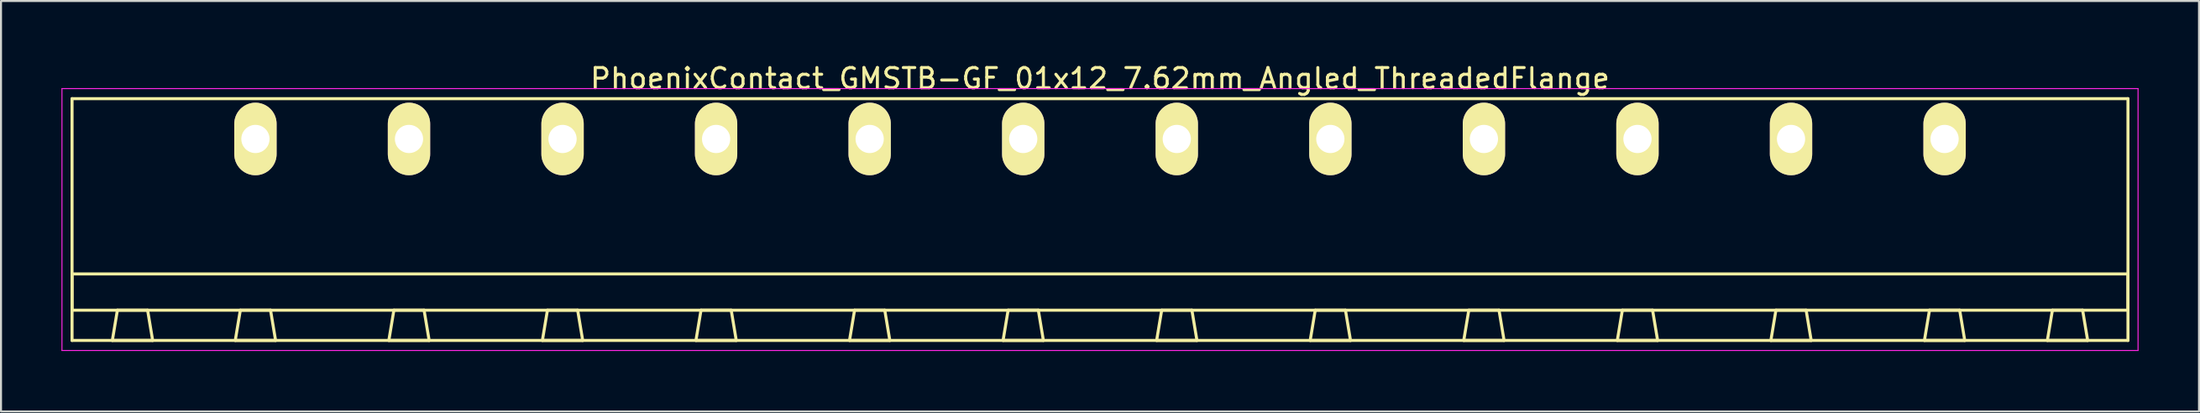
<source format=kicad_pcb>
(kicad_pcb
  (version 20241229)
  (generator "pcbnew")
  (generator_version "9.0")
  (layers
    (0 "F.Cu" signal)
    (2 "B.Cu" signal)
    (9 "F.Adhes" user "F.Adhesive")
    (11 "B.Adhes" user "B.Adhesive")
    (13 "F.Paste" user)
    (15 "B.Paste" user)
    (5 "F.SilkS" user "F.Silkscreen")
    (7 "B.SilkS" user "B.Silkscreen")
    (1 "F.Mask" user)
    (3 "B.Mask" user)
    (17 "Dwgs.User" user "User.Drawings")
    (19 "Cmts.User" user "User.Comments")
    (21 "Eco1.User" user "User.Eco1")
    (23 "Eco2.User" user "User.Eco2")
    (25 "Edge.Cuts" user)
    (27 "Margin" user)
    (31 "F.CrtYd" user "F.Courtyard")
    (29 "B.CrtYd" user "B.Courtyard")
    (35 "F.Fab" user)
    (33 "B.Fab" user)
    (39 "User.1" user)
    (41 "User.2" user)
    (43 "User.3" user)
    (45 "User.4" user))
  (footprint "PhoenixContact_GMSTB-GF_01x12_7.62mm_Angled_ThreadedFlange"
    (layer "F.Cu")
    (at 9.625 3.848)
    (property "Reference" "PhoenixContact_GMSTB-GF_01x12_7.62mm_Angled_ThreadedFlange" (at 41.91 -3 0) (layer "F.SilkS") (effects (font (size 1 1) (thickness 0.15))))
    (attr through_hole)
    (fp_line (start -9.1 -2) (end -9.1 10) (stroke (width 0.15) (type solid)) (layer "F.SilkS"))
    (fp_line (start -9.1 6.7) (end 92.92 6.7) (stroke (width 0.15) (type solid)) (layer "F.SilkS"))
    (fp_line (start -9.1 8.5) (end -9.1 6.7) (stroke (width 0.15) (type solid)) (layer "F.SilkS"))
    (fp_line (start -9.1 10) (end 92.92 10) (stroke (width 0.15) (type solid)) (layer "F.SilkS"))
    (fp_line (start -7.1 10) (end -5.1 10) (stroke (width 0.15) (type solid)) (layer "F.SilkS"))
    (fp_line (start -6.85 8.5) (end -7.1 10) (stroke (width 0.15) (type solid)) (layer "F.SilkS"))
    (fp_line (start -5.35 8.5) (end -6.85 8.5) (stroke (width 0.15) (type solid)) (layer "F.SilkS"))
    (fp_line (start -5.1 10) (end -5.35 8.5) (stroke (width 0.15) (type solid)) (layer "F.SilkS"))
    (fp_line (start -1 10) (end 1 10) (stroke (width 0.15) (type solid)) (layer "F.SilkS"))
    (fp_line (start -0.75 8.5) (end -1 10) (stroke (width 0.15) (type solid)) (layer "F.SilkS"))
    (fp_line (start 0.75 8.5) (end -0.75 8.5) (stroke (width 0.15) (type solid)) (layer "F.SilkS"))
    (fp_line (start 1 10) (end 0.75 8.5) (stroke (width 0.15) (type solid)) (layer "F.SilkS"))
    (fp_line (start 6.62 10) (end 8.62 10) (stroke (width 0.15) (type solid)) (layer "F.SilkS"))
    (fp_line (start 6.87 8.5) (end 6.62 10) (stroke (width 0.15) (type solid)) (layer "F.SilkS"))
    (fp_line (start 8.37 8.5) (end 6.87 8.5) (stroke (width 0.15) (type solid)) (layer "F.SilkS"))
    (fp_line (start 8.62 10) (end 8.37 8.5) (stroke (width 0.15) (type solid)) (layer "F.SilkS"))
    (fp_line (start 14.24 10) (end 16.24 10) (stroke (width 0.15) (type solid)) (layer "F.SilkS"))
    (fp_line (start 14.49 8.5) (end 14.24 10) (stroke (width 0.15) (type solid)) (layer "F.SilkS"))
    (fp_line (start 15.99 8.5) (end 14.49 8.5) (stroke (width 0.15) (type solid)) (layer "F.SilkS"))
    (fp_line (start 16.24 10) (end 15.99 8.5) (stroke (width 0.15) (type solid)) (layer "F.SilkS"))
    (fp_line (start 21.86 10) (end 23.86 10) (stroke (width 0.15) (type solid)) (layer "F.SilkS"))
    (fp_line (start 22.11 8.5) (end 21.86 10) (stroke (width 0.15) (type solid)) (layer "F.SilkS"))
    (fp_line (start 23.61 8.5) (end 22.11 8.5) (stroke (width 0.15) (type solid)) (layer "F.SilkS"))
    (fp_line (start 23.86 10) (end 23.61 8.5) (stroke (width 0.15) (type solid)) (layer "F.SilkS"))
    (fp_line (start 29.48 10) (end 31.48 10) (stroke (width 0.15) (type solid)) (layer "F.SilkS"))
    (fp_line (start 29.73 8.5) (end 29.48 10) (stroke (width 0.15) (type solid)) (layer "F.SilkS"))
    (fp_line (start 31.23 8.5) (end 29.73 8.5) (stroke (width 0.15) (type solid)) (layer "F.SilkS"))
    (fp_line (start 31.48 10) (end 31.23 8.5) (stroke (width 0.15) (type solid)) (layer "F.SilkS"))
    (fp_line (start 37.1 10) (end 39.1 10) (stroke (width 0.15) (type solid)) (layer "F.SilkS"))
    (fp_line (start 37.35 8.5) (end 37.1 10) (stroke (width 0.15) (type solid)) (layer "F.SilkS"))
    (fp_line (start 38.85 8.5) (end 37.35 8.5) (stroke (width 0.15) (type solid)) (layer "F.SilkS"))
    (fp_line (start 39.1 10) (end 38.85 8.5) (stroke (width 0.15) (type solid)) (layer "F.SilkS"))
    (fp_line (start 44.72 10) (end 46.72 10) (stroke (width 0.15) (type solid)) (layer "F.SilkS"))
    (fp_line (start 44.97 8.5) (end 44.72 10) (stroke (width 0.15) (type solid)) (layer "F.SilkS"))
    (fp_line (start 46.47 8.5) (end 44.97 8.5) (stroke (width 0.15) (type solid)) (layer "F.SilkS"))
    (fp_line (start 46.72 10) (end 46.47 8.5) (stroke (width 0.15) (type solid)) (layer "F.SilkS"))
    (fp_line (start 52.34 10) (end 54.34 10) (stroke (width 0.15) (type solid)) (layer "F.SilkS"))
    (fp_line (start 52.59 8.5) (end 52.34 10) (stroke (width 0.15) (type solid)) (layer "F.SilkS"))
    (fp_line (start 54.09 8.5) (end 52.59 8.5) (stroke (width 0.15) (type solid)) (layer "F.SilkS"))
    (fp_line (start 54.34 10) (end 54.09 8.5) (stroke (width 0.15) (type solid)) (layer "F.SilkS"))
    (fp_line (start 59.96 10) (end 61.96 10) (stroke (width 0.15) (type solid)) (layer "F.SilkS"))
    (fp_line (start 60.21 8.5) (end 59.96 10) (stroke (width 0.15) (type solid)) (layer "F.SilkS"))
    (fp_line (start 61.71 8.5) (end 60.21 8.5) (stroke (width 0.15) (type solid)) (layer "F.SilkS"))
    (fp_line (start 61.96 10) (end 61.71 8.5) (stroke (width 0.15) (type solid)) (layer "F.SilkS"))
    (fp_line (start 67.58 10) (end 69.58 10) (stroke (width 0.15) (type solid)) (layer "F.SilkS"))
    (fp_line (start 67.83 8.5) (end 67.58 10) (stroke (width 0.15) (type solid)) (layer "F.SilkS"))
    (fp_line (start 69.33 8.5) (end 67.83 8.5) (stroke (width 0.15) (type solid)) (layer "F.SilkS"))
    (fp_line (start 69.58 10) (end 69.33 8.5) (stroke (width 0.15) (type solid)) (layer "F.SilkS"))
    (fp_line (start 75.2 10) (end 77.2 10) (stroke (width 0.15) (type solid)) (layer "F.SilkS"))
    (fp_line (start 75.45 8.5) (end 75.2 10) (stroke (width 0.15) (type solid)) (layer "F.SilkS"))
    (fp_line (start 76.95 8.5) (end 75.45 8.5) (stroke (width 0.15) (type solid)) (layer "F.SilkS"))
    (fp_line (start 77.2 10) (end 76.95 8.5) (stroke (width 0.15) (type solid)) (layer "F.SilkS"))
    (fp_line (start 82.82 10) (end 84.82 10) (stroke (width 0.15) (type solid)) (layer "F.SilkS"))
    (fp_line (start 83.07 8.5) (end 82.82 10) (stroke (width 0.15) (type solid)) (layer "F.SilkS"))
    (fp_line (start 84.57 8.5) (end 83.07 8.5) (stroke (width 0.15) (type solid)) (layer "F.SilkS"))
    (fp_line (start 84.82 10) (end 84.57 8.5) (stroke (width 0.15) (type solid)) (layer "F.SilkS"))
    (fp_line (start 88.92 10) (end 90.92 10) (stroke (width 0.15) (type solid)) (layer "F.SilkS"))
    (fp_line (start 89.17 8.5) (end 88.92 10) (stroke (width 0.15) (type solid)) (layer "F.SilkS"))
    (fp_line (start 90.67 8.5) (end 89.17 8.5) (stroke (width 0.15) (type solid)) (layer "F.SilkS"))
    (fp_line (start 90.92 10) (end 90.67 8.5) (stroke (width 0.15) (type solid)) (layer "F.SilkS"))
    (fp_line (start 92.92 -2) (end -9.1 -2) (stroke (width 0.15) (type solid)) (layer "F.SilkS"))
    (fp_line (start 92.92 6.7) (end 92.92 8.5) (stroke (width 0.15) (type solid)) (layer "F.SilkS"))
    (fp_line (start 92.92 8.5) (end -9.1 8.5) (stroke (width 0.15) (type solid)) (layer "F.SilkS"))
    (fp_line (start 92.92 10) (end 92.92 -2) (stroke (width 0.15) (type solid)) (layer "F.SilkS"))
    (fp_line (start -9.6 -2.5) (end -9.6 10.5) (stroke (width 0.05) (type solid)) (layer "F.CrtYd"))
    (fp_line (start -9.6 10.5) (end 93.42 10.5) (stroke (width 0.05) (type solid)) (layer "F.CrtYd"))
    (fp_line (start 93.42 -2.5) (end -9.6 -2.5) (stroke (width 0.05) (type solid)) (layer "F.CrtYd"))
    (fp_line (start 93.42 10.5) (end 93.42 -2.5) (stroke (width 0.05) (type solid)) (layer "F.CrtYd"))
    (pad "1" thru_hole oval (at 0 0) (size 2.1 3.6) (drill 1.4) (layers "*.Cu" "*.Mask" "F.SilkS"))
    (pad "2" thru_hole oval (at 7.62 0) (size 2.1 3.6) (drill 1.4) (layers "*.Cu" "*.Mask" "F.SilkS"))
    (pad "3" thru_hole oval (at 15.24 0) (size 2.1 3.6) (drill 1.4) (layers "*.Cu" "*.Mask" "F.SilkS"))
    (pad "4" thru_hole oval (at 22.86 0) (size 2.1 3.6) (drill 1.4) (layers "*.Cu" "*.Mask" "F.SilkS"))
    (pad "5" thru_hole oval (at 30.48 0) (size 2.1 3.6) (drill 1.4) (layers "*.Cu" "*.Mask" "F.SilkS"))
    (pad "6" thru_hole oval (at 38.1 0) (size 2.1 3.6) (drill 1.4) (layers "*.Cu" "*.Mask" "F.SilkS"))
    (pad "7" thru_hole oval (at 45.72 0) (size 2.1 3.6) (drill 1.4) (layers "*.Cu" "*.Mask" "F.SilkS"))
    (pad "8" thru_hole oval (at 53.34 0) (size 2.1 3.6) (drill 1.4) (layers "*.Cu" "*.Mask" "F.SilkS"))
    (pad "9" thru_hole oval (at 60.96 0) (size 2.1 3.6) (drill 1.4) (layers "*.Cu" "*.Mask" "F.SilkS"))
    (pad "10" thru_hole oval (at 68.58 0) (size 2.1 3.6) (drill 1.4) (layers "*.Cu" "*.Mask" "F.SilkS"))
    (pad "11" thru_hole oval (at 76.2 0) (size 2.1 3.6) (drill 1.4) (layers "*.Cu" "*.Mask" "F.SilkS"))
    (pad "12" thru_hole oval (at 83.82 0) (size 2.1 3.6) (drill 1.4) (layers "*.Cu" "*.Mask" "F.SilkS")))
  (gr_rect
    (start -3 -3)
    (end 106.07 17.373)
    (stroke (width 0.1) (type default))
    (fill no)
    (layer "Edge.Cuts")))
</source>
